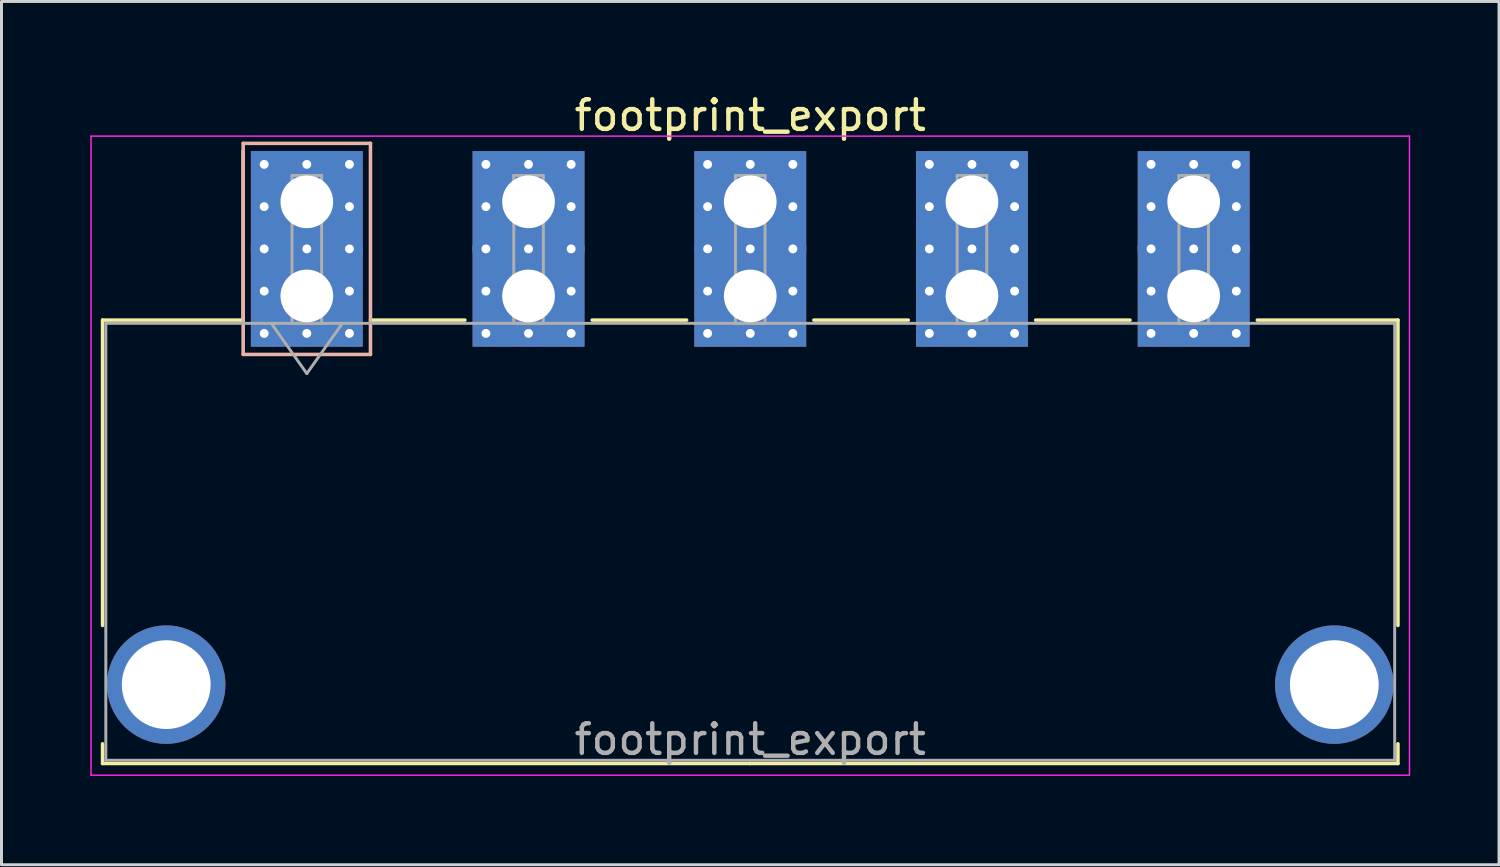
<source format=kicad_pcb>
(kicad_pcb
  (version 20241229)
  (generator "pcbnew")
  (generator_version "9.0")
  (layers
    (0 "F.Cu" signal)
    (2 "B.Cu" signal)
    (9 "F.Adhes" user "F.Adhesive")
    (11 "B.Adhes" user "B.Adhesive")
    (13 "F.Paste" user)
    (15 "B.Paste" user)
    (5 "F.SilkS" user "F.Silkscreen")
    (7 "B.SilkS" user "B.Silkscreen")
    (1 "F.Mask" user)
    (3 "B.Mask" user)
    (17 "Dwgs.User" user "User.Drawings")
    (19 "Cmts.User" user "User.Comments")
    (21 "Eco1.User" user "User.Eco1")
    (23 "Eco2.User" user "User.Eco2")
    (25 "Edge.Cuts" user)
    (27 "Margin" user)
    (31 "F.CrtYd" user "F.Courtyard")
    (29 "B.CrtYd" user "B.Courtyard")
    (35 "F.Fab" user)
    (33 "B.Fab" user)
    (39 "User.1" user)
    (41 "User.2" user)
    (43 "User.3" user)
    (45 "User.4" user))
  (footprint "footprint_export"
    (layer "F.Cu")
    (at 7.315 6.948)
    (property "Reference" "footprint_export" (at 14.98 -6.1 0) (layer "F.SilkS") (effects (font (size 1 1) (thickness 0.15))))
    (attr through_hole)
    (fp_line (start -6.9 0.815) (end -6.9 11.13) (stroke (width 0.12) (type solid)) (layer "F.SilkS"))
    (fp_line (start -6.9 15.13) (end -6.9 15.795) (stroke (width 0.12) (type solid)) (layer "F.SilkS"))
    (fp_line (start -6.9 15.795) (end 14.98 15.795) (stroke (width 0.12) (type solid)) (layer "F.SilkS"))
    (fp_line (start -2.15 0.815) (end -6.9 0.815) (stroke (width 0.12) (type solid)) (layer "F.SilkS"))
    (fp_line (start -2.15 0.815) (end -2.15 -4.895) (stroke (width 0.12) (type solid)) (layer "F.SilkS"))
    (fp_line (start 2.15 0.815) (end 5.34 0.815) (stroke (width 0.12) (type solid)) (layer "F.SilkS"))
    (fp_line (start 9.64 0.815) (end 12.83 0.815) (stroke (width 0.12) (type solid)) (layer "F.SilkS"))
    (fp_line (start 17.13 0.815) (end 20.32 0.815) (stroke (width 0.12) (type solid)) (layer "F.SilkS"))
    (fp_line (start 24.62 0.815) (end 27.81 0.815) (stroke (width 0.12) (type solid)) (layer "F.SilkS"))
    (fp_line (start 32.11 0.815) (end 36.86 0.815) (stroke (width 0.12) (type solid)) (layer "F.SilkS"))
    (fp_line (start 36.86 0.815) (end 36.86 11.13) (stroke (width 0.12) (type solid)) (layer "F.SilkS"))
    (fp_line (start 36.86 15.13) (end 36.86 15.795) (stroke (width 0.12) (type solid)) (layer "F.SilkS"))
    (fp_line (start 36.86 15.795) (end 14.98 15.795) (stroke (width 0.12) (type solid)) (layer "F.SilkS"))
    (fp_line (start -2.15 -5.155) (end -2.15 1.975) (stroke (width 0.12) (type solid)) (layer "B.SilkS"))
    (fp_line (start -2.15 1.975) (end 2.15 1.975) (stroke (width 0.12) (type solid)) (layer "B.SilkS"))
    (fp_line (start 2.15 -5.155) (end -2.15 -5.155) (stroke (width 0.12) (type solid)) (layer "B.SilkS"))
    (fp_line (start 2.15 1.975) (end 2.15 -5.155) (stroke (width 0.12) (type solid)) (layer "B.SilkS"))
    (fp_line (start -7.29 -5.4) (end -7.29 16.19) (stroke (width 0.05) (type solid)) (layer "F.CrtYd"))
    (fp_line (start -7.29 16.19) (end 37.25 16.19) (stroke (width 0.05) (type solid)) (layer "F.CrtYd"))
    (fp_line (start 37.25 -5.4) (end -7.29 -5.4) (stroke (width 0.05) (type solid)) (layer "F.CrtYd"))
    (fp_line (start 37.25 16.19) (end 37.25 -5.4) (stroke (width 0.05) (type solid)) (layer "F.CrtYd"))
    (fp_line (start -6.79 0.925) (end -6.79 15.685) (stroke (width 0.1) (type solid)) (layer "F.Fab"))
    (fp_line (start -6.79 15.685) (end 36.75 15.685) (stroke (width 0.1) (type solid)) (layer "F.Fab"))
    (fp_line (start -1.2 0.925) (end 0 2.622) (stroke (width 0.1) (type solid)) (layer "F.Fab"))
    (fp_line (start -0.5 -4.07) (end 0.5 -4.07) (stroke (width 0.1) (type solid)) (layer "F.Fab"))
    (fp_line (start -0.5 0.925) (end -0.5 -4.07) (stroke (width 0.1) (type solid)) (layer "F.Fab"))
    (fp_line (start 0 2.622) (end 1.2 0.925) (stroke (width 0.1) (type solid)) (layer "F.Fab"))
    (fp_line (start 0.5 -4.07) (end 0.5 0.925) (stroke (width 0.1) (type solid)) (layer "F.Fab"))
    (fp_line (start 0.5 0.925) (end -0.5 0.925) (stroke (width 0.1) (type solid)) (layer "F.Fab"))
    (fp_line (start 6.99 -4.07) (end 7.99 -4.07) (stroke (width 0.1) (type solid)) (layer "F.Fab"))
    (fp_line (start 6.99 0.925) (end 6.99 -4.07) (stroke (width 0.1) (type solid)) (layer "F.Fab"))
    (fp_line (start 7.99 -4.07) (end 7.99 0.925) (stroke (width 0.1) (type solid)) (layer "F.Fab"))
    (fp_line (start 7.99 0.925) (end 6.99 0.925) (stroke (width 0.1) (type solid)) (layer "F.Fab"))
    (fp_line (start 14.48 -4.07) (end 15.48 -4.07) (stroke (width 0.1) (type solid)) (layer "F.Fab"))
    (fp_line (start 14.48 0.925) (end 14.48 -4.07) (stroke (width 0.1) (type solid)) (layer "F.Fab"))
    (fp_line (start 15.48 -4.07) (end 15.48 0.925) (stroke (width 0.1) (type solid)) (layer "F.Fab"))
    (fp_line (start 15.48 0.925) (end 14.48 0.925) (stroke (width 0.1) (type solid)) (layer "F.Fab"))
    (fp_line (start 21.97 -4.07) (end 22.97 -4.07) (stroke (width 0.1) (type solid)) (layer "F.Fab"))
    (fp_line (start 21.97 0.925) (end 21.97 -4.07) (stroke (width 0.1) (type solid)) (layer "F.Fab"))
    (fp_line (start 22.97 -4.07) (end 22.97 0.925) (stroke (width 0.1) (type solid)) (layer "F.Fab"))
    (fp_line (start 22.97 0.925) (end 21.97 0.925) (stroke (width 0.1) (type solid)) (layer "F.Fab"))
    (fp_line (start 29.46 -4.07) (end 30.46 -4.07) (stroke (width 0.1) (type solid)) (layer "F.Fab"))
    (fp_line (start 29.46 0.925) (end 29.46 -4.07) (stroke (width 0.1) (type solid)) (layer "F.Fab"))
    (fp_line (start 30.46 -4.07) (end 30.46 0.925) (stroke (width 0.1) (type solid)) (layer "F.Fab"))
    (fp_line (start 30.46 0.925) (end 29.46 0.925) (stroke (width 0.1) (type solid)) (layer "F.Fab"))
    (fp_line (start 36.75 0.925) (end -6.79 0.925) (stroke (width 0.1) (type solid)) (layer "F.Fab"))
    (fp_line (start 36.75 15.685) (end 36.75 0.925) (stroke (width 0.1) (type solid)) (layer "F.Fab"))
    (fp_text user "${REFERENCE}" (at 14.98 14.98 0) (layer "F.Fab") (effects (font (size 1 1) (thickness 0.15))))
    (pad "" thru_hole circle (at -4.75 13.13) (size 4 4) (drill 3) (layers "*.Cu" "*.Mask"))
    (pad "" thru_hole circle (at 34.71 13.13) (size 4 4) (drill 3) (layers "*.Cu" "*.Mask"))
    (pad "1" thru_hole rect (at -1.44 -4.445) (size 0.6 0.6) (drill 0.3) (layers "*.Cu" "*.Mask"))
    (pad "1" thru_hole rect (at -1.44 -3.018) (size 0.6 0.6) (drill 0.3) (layers "*.Cu" "*.Mask"))
    (pad "1" thru_hole rect (at -1.44 -1.59) (size 0.6 0.6) (drill 0.3) (layers "*.Cu" "*.Mask"))
    (pad "1" thru_hole rect (at -1.44 -0.163) (size 0.6 0.6) (drill 0.3) (layers "*.Cu" "*.Mask"))
    (pad "1" thru_hole rect (at -1.44 1.265) (size 0.6 0.6) (drill 0.3) (layers "*.Cu" "*.Mask"))
    (pad "1" thru_hole rect (at 0 -4.445) (size 0.6 0.6) (drill 0.3) (layers "*.Cu" "*.Mask"))
    (pad "1" thru_hole rect (at 0 -3.18) (size 3.78 3.43) (drill 1.78) (layers "*.Cu" "*.Mask"))
    (pad "1" thru_hole rect (at 0 -1.59) (size 0.6 0.6) (drill 0.3) (layers "*.Cu" "*.Mask"))
    (pad "1" thru_hole rect (at 0 0) (size 3.78 3.43) (drill 1.78) (layers "*.Cu" "*.Mask"))
    (pad "1" thru_hole rect (at 0 1.265) (size 0.6 0.6) (drill 0.3) (layers "*.Cu" "*.Mask"))
    (pad "1" thru_hole rect (at 1.44 -4.445) (size 0.6 0.6) (drill 0.3) (layers "*.Cu" "*.Mask"))
    (pad "1" thru_hole rect (at 1.44 -3.018) (size 0.6 0.6) (drill 0.3) (layers "*.Cu" "*.Mask"))
    (pad "1" thru_hole rect (at 1.44 -1.59) (size 0.6 0.6) (drill 0.3) (layers "*.Cu" "*.Mask"))
    (pad "1" thru_hole rect (at 1.44 -0.163) (size 0.6 0.6) (drill 0.3) (layers "*.Cu" "*.Mask"))
    (pad "1" thru_hole rect (at 1.44 1.265) (size 0.6 0.6) (drill 0.3) (layers "*.Cu" "*.Mask"))
    (pad "2" thru_hole circle (at 6.05 -4.445) (size 0.6 0.6) (drill 0.3) (layers "*.Cu" "*.Mask"))
    (pad "2" thru_hole circle (at 6.05 -3.018) (size 0.6 0.6) (drill 0.3) (layers "*.Cu" "*.Mask"))
    (pad "2" thru_hole circle (at 6.05 -1.59) (size 0.6 0.6) (drill 0.3) (layers "*.Cu" "*.Mask"))
    (pad "2" thru_hole circle (at 6.05 -0.163) (size 0.6 0.6) (drill 0.3) (layers "*.Cu" "*.Mask"))
    (pad "2" thru_hole circle (at 6.05 1.265) (size 0.6 0.6) (drill 0.3) (layers "*.Cu" "*.Mask"))
    (pad "2" thru_hole circle (at 7.49 -4.445) (size 0.6 0.6) (drill 0.3) (layers "*.Cu" "*.Mask"))
    (pad "2" thru_hole rect (at 7.49 -3.18) (size 3.78 3.43) (drill 1.78) (layers "*.Cu" "*.Mask"))
    (pad "2" thru_hole circle (at 7.49 -1.59) (size 0.6 0.6) (drill 0.3) (layers "*.Cu" "*.Mask"))
    (pad "2" thru_hole rect (at 7.49 0) (size 3.78 3.43) (drill 1.78) (layers "*.Cu" "*.Mask"))
    (pad "2" thru_hole circle (at 7.49 1.265) (size 0.6 0.6) (drill 0.3) (layers "*.Cu" "*.Mask"))
    (pad "2" thru_hole circle (at 8.93 -4.445) (size 0.6 0.6) (drill 0.3) (layers "*.Cu" "*.Mask"))
    (pad "2" thru_hole circle (at 8.93 -3.018) (size 0.6 0.6) (drill 0.3) (layers "*.Cu" "*.Mask"))
    (pad "2" thru_hole circle (at 8.93 -1.59) (size 0.6 0.6) (drill 0.3) (layers "*.Cu" "*.Mask"))
    (pad "2" thru_hole circle (at 8.93 -0.163) (size 0.6 0.6) (drill 0.3) (layers "*.Cu" "*.Mask"))
    (pad "2" thru_hole circle (at 8.93 1.265) (size 0.6 0.6) (drill 0.3) (layers "*.Cu" "*.Mask"))
    (pad "3" thru_hole circle (at 13.54 -4.445) (size 0.6 0.6) (drill 0.3) (layers "*.Cu" "*.Mask"))
    (pad "3" thru_hole circle (at 13.54 -3.018) (size 0.6 0.6) (drill 0.3) (layers "*.Cu" "*.Mask"))
    (pad "3" thru_hole circle (at 13.54 -1.59) (size 0.6 0.6) (drill 0.3) (layers "*.Cu" "*.Mask"))
    (pad "3" thru_hole circle (at 13.54 -0.163) (size 0.6 0.6) (drill 0.3) (layers "*.Cu" "*.Mask"))
    (pad "3" thru_hole circle (at 13.54 1.265) (size 0.6 0.6) (drill 0.3) (layers "*.Cu" "*.Mask"))
    (pad "3" thru_hole circle (at 14.98 -4.445) (size 0.6 0.6) (drill 0.3) (layers "*.Cu" "*.Mask"))
    (pad "3" thru_hole rect (at 14.98 -3.18) (size 3.78 3.43) (drill 1.78) (layers "*.Cu" "*.Mask"))
    (pad "3" thru_hole circle (at 14.98 -1.59) (size 0.6 0.6) (drill 0.3) (layers "*.Cu" "*.Mask"))
    (pad "3" thru_hole rect (at 14.98 0) (size 3.78 3.43) (drill 1.78) (layers "*.Cu" "*.Mask"))
    (pad "3" thru_hole circle (at 14.98 1.265) (size 0.6 0.6) (drill 0.3) (layers "*.Cu" "*.Mask"))
    (pad "3" thru_hole circle (at 16.42 -4.445) (size 0.6 0.6) (drill 0.3) (layers "*.Cu" "*.Mask"))
    (pad "3" thru_hole circle (at 16.42 -3.018) (size 0.6 0.6) (drill 0.3) (layers "*.Cu" "*.Mask"))
    (pad "3" thru_hole circle (at 16.42 -1.59) (size 0.6 0.6) (drill 0.3) (layers "*.Cu" "*.Mask"))
    (pad "3" thru_hole circle (at 16.42 -0.163) (size 0.6 0.6) (drill 0.3) (layers "*.Cu" "*.Mask"))
    (pad "3" thru_hole circle (at 16.42 1.265) (size 0.6 0.6) (drill 0.3) (layers "*.Cu" "*.Mask"))
    (pad "4" thru_hole circle (at 21.03 -4.445) (size 0.6 0.6) (drill 0.3) (layers "*.Cu" "*.Mask"))
    (pad "4" thru_hole circle (at 21.03 -3.018) (size 0.6 0.6) (drill 0.3) (layers "*.Cu" "*.Mask"))
    (pad "4" thru_hole circle (at 21.03 -1.59) (size 0.6 0.6) (drill 0.3) (layers "*.Cu" "*.Mask"))
    (pad "4" thru_hole circle (at 21.03 -0.163) (size 0.6 0.6) (drill 0.3) (layers "*.Cu" "*.Mask"))
    (pad "4" thru_hole circle (at 21.03 1.265) (size 0.6 0.6) (drill 0.3) (layers "*.Cu" "*.Mask"))
    (pad "4" thru_hole circle (at 22.47 -4.445) (size 0.6 0.6) (drill 0.3) (layers "*.Cu" "*.Mask"))
    (pad "4" thru_hole rect (at 22.47 -3.18) (size 3.78 3.43) (drill 1.78) (layers "*.Cu" "*.Mask"))
    (pad "4" thru_hole circle (at 22.47 -1.59) (size 0.6 0.6) (drill 0.3) (layers "*.Cu" "*.Mask"))
    (pad "4" thru_hole rect (at 22.47 0) (size 3.78 3.43) (drill 1.78) (layers "*.Cu" "*.Mask"))
    (pad "4" thru_hole circle (at 22.47 1.265) (size 0.6 0.6) (drill 0.3) (layers "*.Cu" "*.Mask"))
    (pad "4" thru_hole circle (at 23.91 -4.445) (size 0.6 0.6) (drill 0.3) (layers "*.Cu" "*.Mask"))
    (pad "4" thru_hole circle (at 23.91 -3.018) (size 0.6 0.6) (drill 0.3) (layers "*.Cu" "*.Mask"))
    (pad "4" thru_hole circle (at 23.91 -1.59) (size 0.6 0.6) (drill 0.3) (layers "*.Cu" "*.Mask"))
    (pad "4" thru_hole circle (at 23.91 -0.163) (size 0.6 0.6) (drill 0.3) (layers "*.Cu" "*.Mask"))
    (pad "4" thru_hole circle (at 23.91 1.265) (size 0.6 0.6) (drill 0.3) (layers "*.Cu" "*.Mask"))
    (pad "5" thru_hole circle (at 28.52 -4.445) (size 0.6 0.6) (drill 0.3) (layers "*.Cu" "*.Mask"))
    (pad "5" thru_hole circle (at 28.52 -3.018) (size 0.6 0.6) (drill 0.3) (layers "*.Cu" "*.Mask"))
    (pad "5" thru_hole circle (at 28.52 -1.59) (size 0.6 0.6) (drill 0.3) (layers "*.Cu" "*.Mask"))
    (pad "5" thru_hole circle (at 28.52 -0.163) (size 0.6 0.6) (drill 0.3) (layers "*.Cu" "*.Mask"))
    (pad "5" thru_hole circle (at 28.52 1.265) (size 0.6 0.6) (drill 0.3) (layers "*.Cu" "*.Mask"))
    (pad "5" thru_hole circle (at 29.96 -4.445) (size 0.6 0.6) (drill 0.3) (layers "*.Cu" "*.Mask"))
    (pad "5" thru_hole rect (at 29.96 -3.18) (size 3.78 3.43) (drill 1.78) (layers "*.Cu" "*.Mask"))
    (pad "5" thru_hole circle (at 29.96 -1.59) (size 0.6 0.6) (drill 0.3) (layers "*.Cu" "*.Mask"))
    (pad "5" thru_hole rect (at 29.96 0) (size 3.78 3.43) (drill 1.78) (layers "*.Cu" "*.Mask"))
    (pad "5" thru_hole circle (at 29.96 1.265) (size 0.6 0.6) (drill 0.3) (layers "*.Cu" "*.Mask"))
    (pad "5" thru_hole circle (at 31.4 -4.445) (size 0.6 0.6) (drill 0.3) (layers "*.Cu" "*.Mask"))
    (pad "5" thru_hole circle (at 31.4 -3.018) (size 0.6 0.6) (drill 0.3) (layers "*.Cu" "*.Mask"))
    (pad "5" thru_hole circle (at 31.4 -1.59) (size 0.6 0.6) (drill 0.3) (layers "*.Cu" "*.Mask"))
    (pad "5" thru_hole circle (at 31.4 -0.163) (size 0.6 0.6) (drill 0.3) (layers "*.Cu" "*.Mask"))
    (pad "5" thru_hole circle (at 31.4 1.265) (size 0.6 0.6) (drill 0.3) (layers "*.Cu" "*.Mask")))
  (gr_rect
    (start -3 -3)
    (end 47.59 26.163)
    (stroke (width 0.1) (type default))
    (fill no)
    (layer "Edge.Cuts")))
</source>
